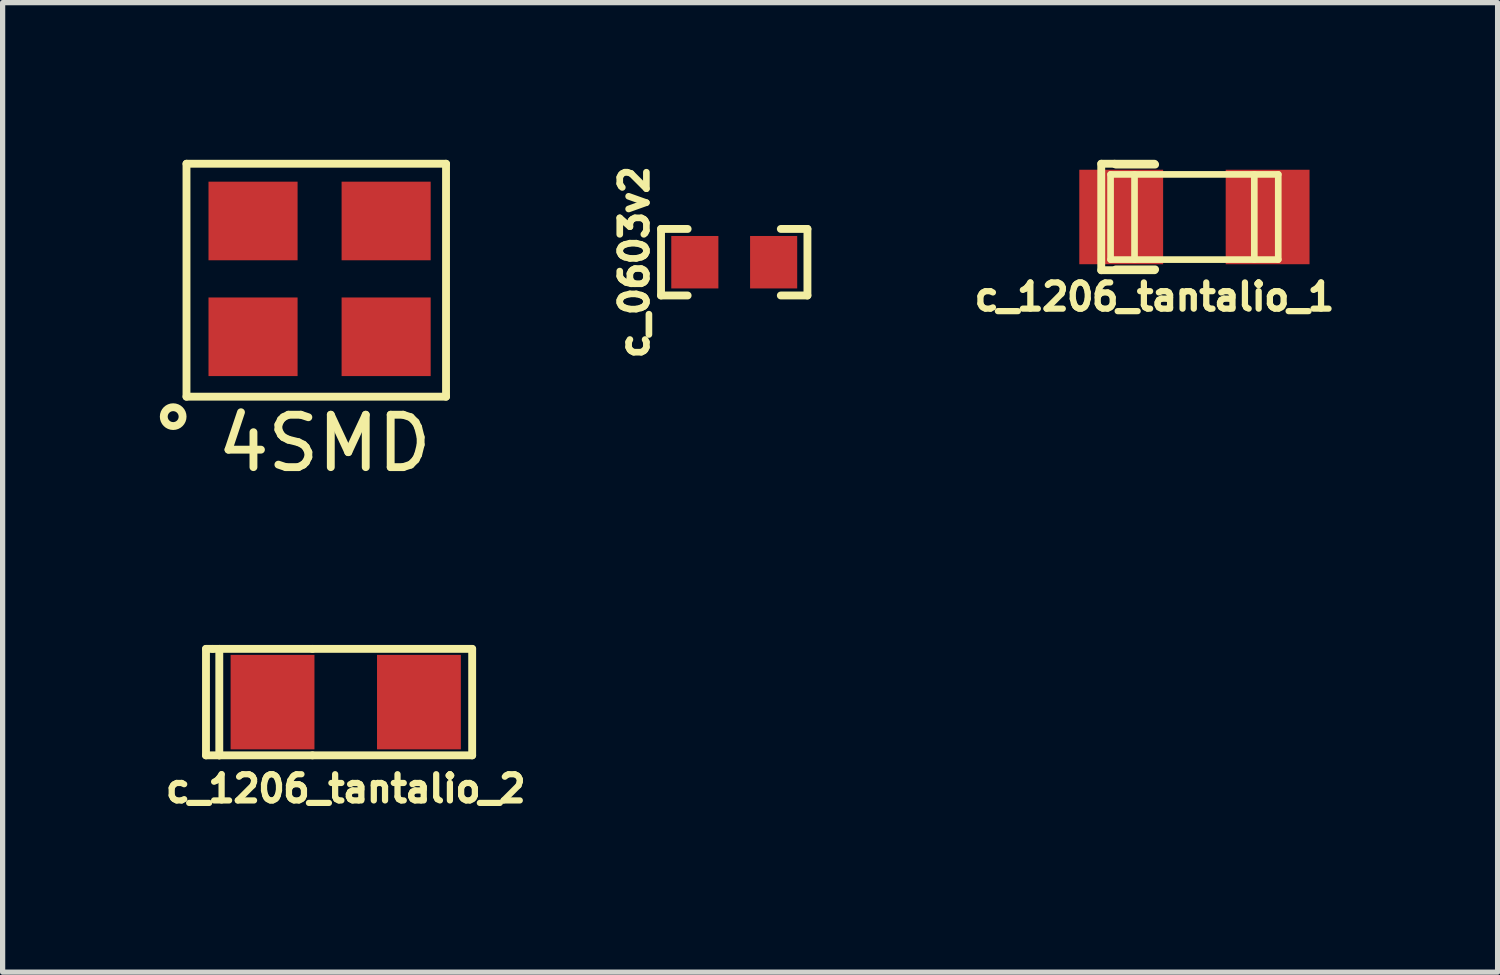
<source format=kicad_pcb>
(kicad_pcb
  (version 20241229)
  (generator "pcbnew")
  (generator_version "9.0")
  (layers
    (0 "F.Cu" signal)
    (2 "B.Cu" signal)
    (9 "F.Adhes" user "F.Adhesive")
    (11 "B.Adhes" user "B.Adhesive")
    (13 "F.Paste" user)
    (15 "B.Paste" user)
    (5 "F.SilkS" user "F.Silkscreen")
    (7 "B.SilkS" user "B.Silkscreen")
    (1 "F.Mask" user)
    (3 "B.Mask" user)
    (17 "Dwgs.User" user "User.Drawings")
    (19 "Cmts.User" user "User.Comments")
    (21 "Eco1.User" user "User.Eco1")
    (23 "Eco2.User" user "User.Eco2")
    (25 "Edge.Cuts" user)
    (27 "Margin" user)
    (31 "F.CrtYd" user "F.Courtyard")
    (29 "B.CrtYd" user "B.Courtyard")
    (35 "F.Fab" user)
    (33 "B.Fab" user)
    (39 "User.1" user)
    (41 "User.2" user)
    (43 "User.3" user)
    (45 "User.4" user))
  (footprint "c_0603v2"
    (layer "F.Cu")
    (at 10.962 1.954)
    (property "Reference" "c_0603v2" (at -1.905 0 270) (layer "F.SilkS") (effects (font (size 0.508 0.508) (thickness 0.15))))
    (attr through_hole)
    (fp_line (start -1.397 -0.635) (end -1.397 0.635) (stroke (width 0.15) (type solid)) (layer "F.SilkS"))
    (fp_line (start -1.397 0.635) (end -0.889 0.635) (stroke (width 0.15) (type solid)) (layer "F.SilkS"))
    (fp_line (start -0.889 -0.635) (end -1.397 -0.635) (stroke (width 0.15) (type solid)) (layer "F.SilkS"))
    (fp_line (start 0.889 -0.635) (end 1.397 -0.635) (stroke (width 0.15) (type solid)) (layer "F.SilkS"))
    (fp_line (start 1.397 -0.635) (end 1.397 0.635) (stroke (width 0.15) (type solid)) (layer "F.SilkS"))
    (fp_line (start 1.397 0.635) (end 0.889 0.635) (stroke (width 0.15) (type solid)) (layer "F.SilkS"))
    (pad "1" smd rect (at 0.752 0) (size 0.899 1.001) (layers "F.Cu" "F.Mask" "F.Paste"))
    (pad "2" smd rect (at -0.752 0) (size 0.899 1.001) (layers "F.Cu" "F.Mask" "F.Paste")))
  (footprint "4SMD"
    (layer "F.Cu")
    (at 1.779 3.377)
    (property "Reference" "4SMD" (at 1.365 2.033 0) (layer "F.SilkS") (effects (font (size 1 1) (thickness 0.15))))
    (attr through_hole)
    (fp_line (start -1.27 -3.302) (end -1.27 1.143) (stroke (width 0.15) (type solid)) (layer "F.SilkS"))
    (fp_line (start -1.27 1.143) (end 3.683 1.143) (stroke (width 0.15) (type solid)) (layer "F.SilkS"))
    (fp_line (start 3.683 -3.302) (end -1.27 -3.302) (stroke (width 0.15) (type solid)) (layer "F.SilkS"))
    (fp_line (start 3.683 1.143) (end 3.683 -3.302) (stroke (width 0.15) (type solid)) (layer "F.SilkS"))
    (fp_circle (center -1.524 1.524) (end -1.397 1.651) (stroke (width 0.15) (type solid)) (fill no) (layer "F.SilkS"))
    (pad "1" smd rect (at 0 0) (size 1.7 1.5) (layers "F.Cu" "F.Mask" "F.Paste"))
    (pad "2" smd rect (at 2.54 0) (size 1.7 1.5) (layers "F.Cu" "F.Mask" "F.Paste"))
    (pad "3" smd rect (at 2.54 -2.21) (size 1.7 1.5) (layers "F.Cu" "F.Mask" "F.Paste"))
    (pad "4" smd rect (at 0 -2.21) (size 1.7 1.5) (layers "F.Cu" "F.Mask" "F.Paste")))
  (footprint "c_1206_tantalio_1"
    (layer "F.Cu")
    (at 19.744 1.091)
    (property "Reference" "c_1206_tantalio_1" (at -0.762 1.524 0) (layer "F.SilkS") (effects (font (size 0.5 0.5) (thickness 0.119))))
    (attr through_hole)
    (fp_line (start -1.778 -1.016) (end -1.778 1.016) (stroke (width 0.15) (type solid)) (layer "F.SilkS"))
    (fp_line (start -1.778 1.016) (end -0.762 1.016) (stroke (width 0.15) (type solid)) (layer "F.SilkS"))
    (fp_line (start -1.6 -0.813) (end -1.6 0.813) (stroke (width 0.127) (type solid)) (layer "F.SilkS"))
    (fp_line (start -1.6 0.813) (end 1.6 0.813) (stroke (width 0.127) (type solid)) (layer "F.SilkS"))
    (fp_line (start -1.524 -1.016) (end -1.778 -1.016) (stroke (width 0.15) (type solid)) (layer "F.SilkS"))
    (fp_line (start -1.524 -1.016) (end -0.762 -1.016) (stroke (width 0.15) (type solid)) (layer "F.SilkS"))
    (fp_line (start -1.5 -1) (end -0.75 -1) (stroke (width 0.15) (type solid)) (layer "F.SilkS"))
    (fp_line (start -1.5 1) (end -0.75 1) (stroke (width 0.15) (type solid)) (layer "F.SilkS"))
    (fp_line (start -1.143 -0.813) (end -1.143 0.813) (stroke (width 0.127) (type solid)) (layer "F.SilkS"))
    (fp_line (start 1.143 0.813) (end 1.143 -0.813) (stroke (width 0.127) (type solid)) (layer "F.SilkS"))
    (fp_line (start 1.6 -0.813) (end -1.6 -0.813) (stroke (width 0.127) (type solid)) (layer "F.SilkS"))
    (fp_line (start 1.6 0.813) (end 1.6 -0.813) (stroke (width 0.127) (type solid)) (layer "F.SilkS"))
    (pad "1" smd rect (at -1.397 0) (size 1.6 1.803) (layers "F.Cu" "F.Mask" "F.Paste"))
    (pad "2" smd rect (at 1.397 0) (size 1.6 1.803) (layers "F.Cu" "F.Mask" "F.Paste")))
  (footprint "c_1206_tantalio_2"
    (layer "F.Cu")
    (at 3.548 10.349)
    (property "Reference" "c_1206_tantalio_2" (at 0 1.651 0) (layer "F.SilkS") (effects (font (size 0.5 0.5) (thickness 0.119))))
    (attr through_hole)
    (fp_line (start -2.667 -1.016) (end -2.667 1.016) (stroke (width 0.15) (type solid)) (layer "F.SilkS"))
    (fp_line (start -2.667 1.016) (end -2.413 1.016) (stroke (width 0.15) (type solid)) (layer "F.SilkS"))
    (fp_line (start -2.54 -1.016) (end -2.667 -1.016) (stroke (width 0.15) (type solid)) (layer "F.SilkS"))
    (fp_line (start -2.413 -1.016) (end -2.54 -1.016) (stroke (width 0.15) (type solid)) (layer "F.SilkS"))
    (fp_line (start -2.413 -1.016) (end -2.413 1.016) (stroke (width 0.15) (type solid)) (layer "F.SilkS"))
    (fp_line (start -2.413 1.016) (end -0.635 1.016) (stroke (width 0.15) (type solid)) (layer "F.SilkS"))
    (fp_line (start -0.635 -1.016) (end -2.413 -1.016) (stroke (width 0.15) (type solid)) (layer "F.SilkS"))
    (fp_line (start -0.635 1.016) (end 2.413 1.016) (stroke (width 0.15) (type solid)) (layer "F.SilkS"))
    (fp_line (start 2.413 -1.016) (end -0.635 -1.016) (stroke (width 0.15) (type solid)) (layer "F.SilkS"))
    (fp_line (start 2.413 1.016) (end 2.413 -1.016) (stroke (width 0.15) (type solid)) (layer "F.SilkS"))
    (pad "1" smd rect (at -1.397 0) (size 1.6 1.803) (layers "F.Cu" "F.Mask" "F.Paste"))
    (pad "2" smd rect (at 1.397 0) (size 1.6 1.803) (layers "F.Cu" "F.Mask" "F.Paste")))
  (gr_rect
    (start -3 -3)
    (end 25.53 15.502)
    (stroke (width 0.1) (type default))
    (fill no)
    (layer "Edge.Cuts")))
</source>
